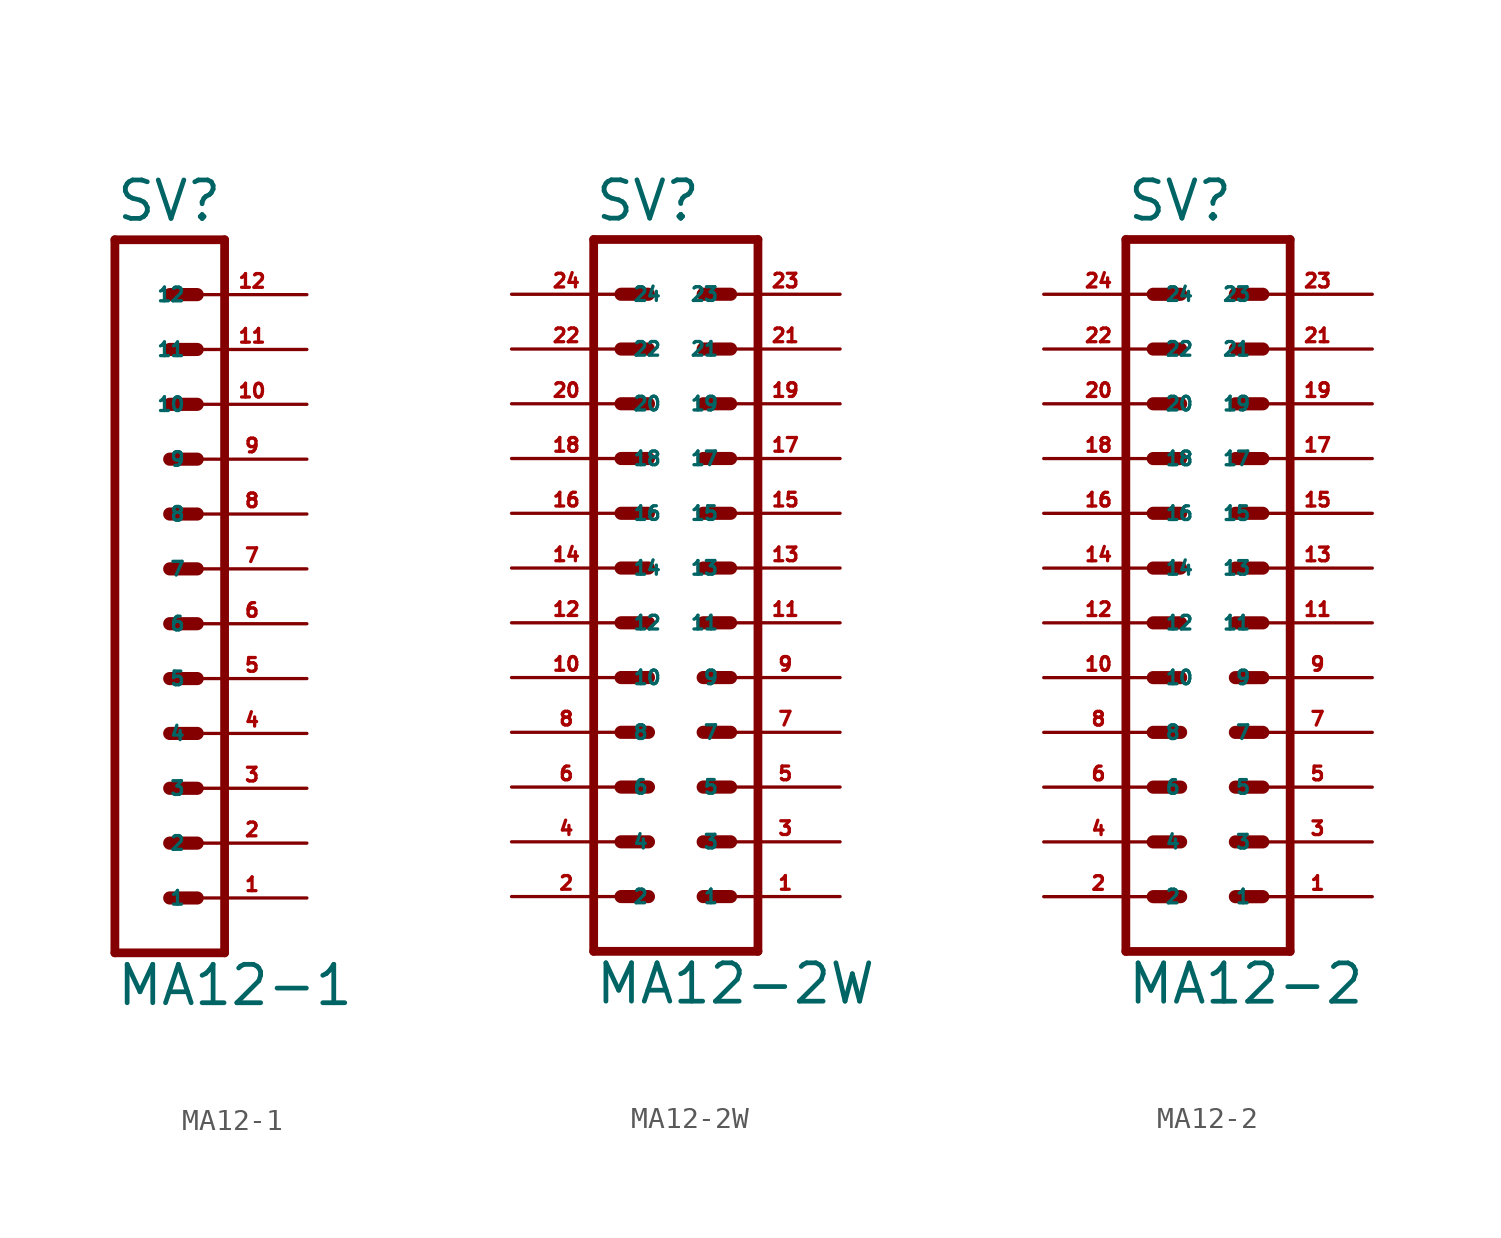
<source format=kicad_sym>
(kicad_symbol_lib
  (version 20220914)
  (generator Eagle2Kicad)
  (symbol "MA12-1"
    (property "Reference" "SV"
      (at -1.27 18.542 0)
      (effects (font (size 1.778 1.778) (thickness 0.22)) (justify left bottom)))
    (property "Value" "MA12-1"
      (at -1.27 -17.78 0)
      (effects (font (size 1.778 1.778) (thickness 0.22)) (justify left bottom)))
    (polyline
      (pts (xy 3.81 -15.24) (xy -1.27 -15.24))
      (stroke (width 0.406) (type default))
      (fill (type none)))
    (polyline
      (pts (xy 1.27 -7.62) (xy 2.54 -7.62))
      (stroke (width 0.61) (type default))
      (fill (type none)))
    (polyline
      (pts (xy 1.27 -10.16) (xy 2.54 -10.16))
      (stroke (width 0.61) (type default))
      (fill (type none)))
    (polyline
      (pts (xy 1.27 -12.7) (xy 2.54 -12.7))
      (stroke (width 0.61) (type default))
      (fill (type none)))
    (polyline
      (pts (xy 1.27 -2.54) (xy 2.54 -2.54))
      (stroke (width 0.61) (type default))
      (fill (type none)))
    (polyline
      (pts (xy 1.27 -5.08) (xy 2.54 -5.08))
      (stroke (width 0.61) (type default))
      (fill (type none)))
    (polyline
      (pts (xy 1.27 5.08) (xy 2.54 5.08))
      (stroke (width 0.61) (type default))
      (fill (type none)))
    (polyline
      (pts (xy 1.27 2.54) (xy 2.54 2.54))
      (stroke (width 0.61) (type default))
      (fill (type none)))
    (polyline
      (pts (xy 1.27 0) (xy 2.54 0))
      (stroke (width 0.61) (type default))
      (fill (type none)))
    (polyline
      (pts (xy 1.27 10.16) (xy 2.54 10.16))
      (stroke (width 0.61) (type default))
      (fill (type none)))
    (polyline
      (pts (xy 1.27 7.62) (xy 2.54 7.62))
      (stroke (width 0.61) (type default))
      (fill (type none)))
    (polyline
      (pts (xy 1.27 15.24) (xy 2.54 15.24))
      (stroke (width 0.61) (type default))
      (fill (type none)))
    (polyline
      (pts (xy 1.27 12.7) (xy 2.54 12.7))
      (stroke (width 0.61) (type default))
      (fill (type none)))
    (polyline
      (pts (xy -1.27 17.78) (xy -1.27 -15.24))
      (stroke (width 0.406) (type default))
      (fill (type none)))
    (polyline
      (pts (xy 3.81 -15.24) (xy 3.81 17.78))
      (stroke (width 0.406) (type default))
      (fill (type none)))
    (polyline
      (pts (xy -1.27 17.78) (xy 3.81 17.78))
      (stroke (width 0.406) (type default))
      (fill (type none)))
    (pin passive line
      (at 7.62 -12.7 180)
      (length 5.08)
      (name "1" (effects (font (size 0.635 0.635) (thickness 0.08)) (justify left bottom)))
      (number "1" (effects (font (size 0.635 0.635) (thickness 0.08)) (justify left bottom))))
    (pin passive line
      (at 7.62 -10.16 180)
      (length 5.08)
      (name "2" (effects (font (size 0.635 0.635) (thickness 0.08)) (justify left bottom)))
      (number "2" (effects (font (size 0.635 0.635) (thickness 0.08)) (justify left bottom))))
    (pin passive line
      (at 7.62 -7.62 180)
      (length 5.08)
      (name "3" (effects (font (size 0.635 0.635) (thickness 0.08)) (justify left bottom)))
      (number "3" (effects (font (size 0.635 0.635) (thickness 0.08)) (justify left bottom))))
    (pin passive line
      (at 7.62 -5.08 180)
      (length 5.08)
      (name "4" (effects (font (size 0.635 0.635) (thickness 0.08)) (justify left bottom)))
      (number "4" (effects (font (size 0.635 0.635) (thickness 0.08)) (justify left bottom))))
    (pin passive line
      (at 7.62 -2.54 180)
      (length 5.08)
      (name "5" (effects (font (size 0.635 0.635) (thickness 0.08)) (justify left bottom)))
      (number "5" (effects (font (size 0.635 0.635) (thickness 0.08)) (justify left bottom))))
    (pin passive line
      (at 7.62 0 180)
      (length 5.08)
      (name "6" (effects (font (size 0.635 0.635) (thickness 0.08)) (justify left bottom)))
      (number "6" (effects (font (size 0.635 0.635) (thickness 0.08)) (justify left bottom))))
    (pin passive line
      (at 7.62 2.54 180)
      (length 5.08)
      (name "7" (effects (font (size 0.635 0.635) (thickness 0.08)) (justify left bottom)))
      (number "7" (effects (font (size 0.635 0.635) (thickness 0.08)) (justify left bottom))))
    (pin passive line
      (at 7.62 5.08 180)
      (length 5.08)
      (name "8" (effects (font (size 0.635 0.635) (thickness 0.08)) (justify left bottom)))
      (number "8" (effects (font (size 0.635 0.635) (thickness 0.08)) (justify left bottom))))
    (pin passive line
      (at 7.62 7.62 180)
      (length 5.08)
      (name "9" (effects (font (size 0.635 0.635) (thickness 0.08)) (justify left bottom)))
      (number "9" (effects (font (size 0.635 0.635) (thickness 0.08)) (justify left bottom))))
    (pin passive line
      (at 7.62 10.16 180)
      (length 5.08)
      (name "10" (effects (font (size 0.635 0.635) (thickness 0.08)) (justify left bottom)))
      (number "10" (effects (font (size 0.635 0.635) (thickness 0.08)) (justify left bottom))))
    (pin passive line
      (at 7.62 12.7 180)
      (length 5.08)
      (name "11" (effects (font (size 0.635 0.635) (thickness 0.08)) (justify left bottom)))
      (number "11" (effects (font (size 0.635 0.635) (thickness 0.08)) (justify left bottom))))
    (pin passive line
      (at 7.62 15.24 180)
      (length 5.08)
      (name "12" (effects (font (size 0.635 0.635) (thickness 0.08)) (justify left bottom)))
      (number "12" (effects (font (size 0.635 0.635) (thickness 0.08)) (justify left bottom)))))
  (symbol "MA12-2W"
    (property "Reference" "SV"
      (at -3.81 18.542 0)
      (effects (font (size 1.778 1.778) (thickness 0.22)) (justify left bottom)))
    (property "Value" "MA12-2W"
      (at -3.81 -17.78 0)
      (effects (font (size 1.778 1.778) (thickness 0.22)) (justify left bottom)))
    (polyline
      (pts (xy 3.81 -15.24) (xy -3.81 -15.24))
      (stroke (width 0.406) (type default))
      (fill (type none)))
    (polyline
      (pts (xy 1.27 -7.62) (xy 2.54 -7.62))
      (stroke (width 0.61) (type default))
      (fill (type none)))
    (polyline
      (pts (xy 1.27 -10.16) (xy 2.54 -10.16))
      (stroke (width 0.61) (type default))
      (fill (type none)))
    (polyline
      (pts (xy 1.27 -12.7) (xy 2.54 -12.7))
      (stroke (width 0.61) (type default))
      (fill (type none)))
    (polyline
      (pts (xy -2.54 -7.62) (xy -1.27 -7.62))
      (stroke (width 0.61) (type default))
      (fill (type none)))
    (polyline
      (pts (xy -2.54 -10.16) (xy -1.27 -10.16))
      (stroke (width 0.61) (type default))
      (fill (type none)))
    (polyline
      (pts (xy -2.54 -12.7) (xy -1.27 -12.7))
      (stroke (width 0.61) (type default))
      (fill (type none)))
    (polyline
      (pts (xy 1.27 -2.54) (xy 2.54 -2.54))
      (stroke (width 0.61) (type default))
      (fill (type none)))
    (polyline
      (pts (xy 1.27 -5.08) (xy 2.54 -5.08))
      (stroke (width 0.61) (type default))
      (fill (type none)))
    (polyline
      (pts (xy -2.54 -2.54) (xy -1.27 -2.54))
      (stroke (width 0.61) (type default))
      (fill (type none)))
    (polyline
      (pts (xy -2.54 -5.08) (xy -1.27 -5.08))
      (stroke (width 0.61) (type default))
      (fill (type none)))
    (polyline
      (pts (xy 1.27 5.08) (xy 2.54 5.08))
      (stroke (width 0.61) (type default))
      (fill (type none)))
    (polyline
      (pts (xy 1.27 2.54) (xy 2.54 2.54))
      (stroke (width 0.61) (type default))
      (fill (type none)))
    (polyline
      (pts (xy 1.27 0) (xy 2.54 0))
      (stroke (width 0.61) (type default))
      (fill (type none)))
    (polyline
      (pts (xy -2.54 5.08) (xy -1.27 5.08))
      (stroke (width 0.61) (type default))
      (fill (type none)))
    (polyline
      (pts (xy -2.54 2.54) (xy -1.27 2.54))
      (stroke (width 0.61) (type default))
      (fill (type none)))
    (polyline
      (pts (xy -2.54 0) (xy -1.27 0))
      (stroke (width 0.61) (type default))
      (fill (type none)))
    (polyline
      (pts (xy 1.27 10.16) (xy 2.54 10.16))
      (stroke (width 0.61) (type default))
      (fill (type none)))
    (polyline
      (pts (xy 1.27 7.62) (xy 2.54 7.62))
      (stroke (width 0.61) (type default))
      (fill (type none)))
    (polyline
      (pts (xy -2.54 10.16) (xy -1.27 10.16))
      (stroke (width 0.61) (type default))
      (fill (type none)))
    (polyline
      (pts (xy -2.54 7.62) (xy -1.27 7.62))
      (stroke (width 0.61) (type default))
      (fill (type none)))
    (polyline
      (pts (xy 1.27 15.24) (xy 2.54 15.24))
      (stroke (width 0.61) (type default))
      (fill (type none)))
    (polyline
      (pts (xy 1.27 12.7) (xy 2.54 12.7))
      (stroke (width 0.61) (type default))
      (fill (type none)))
    (polyline
      (pts (xy -2.54 15.24) (xy -1.27 15.24))
      (stroke (width 0.61) (type default))
      (fill (type none)))
    (polyline
      (pts (xy -2.54 12.7) (xy -1.27 12.7))
      (stroke (width 0.61) (type default))
      (fill (type none)))
    (polyline
      (pts (xy -3.81 17.78) (xy -3.81 -15.24))
      (stroke (width 0.406) (type default))
      (fill (type none)))
    (polyline
      (pts (xy 3.81 -15.24) (xy 3.81 17.78))
      (stroke (width 0.406) (type default))
      (fill (type none)))
    (polyline
      (pts (xy -3.81 17.78) (xy 3.81 17.78))
      (stroke (width 0.406) (type default))
      (fill (type none)))
    (pin passive line
      (at 7.62 -12.7 180)
      (length 5.08)
      (name "1" (effects (font (size 0.635 0.635) (thickness 0.08)) (justify left bottom)))
      (number "1" (effects (font (size 0.635 0.635) (thickness 0.08)) (justify left bottom))))
    (pin passive line
      (at 7.62 -10.16 180)
      (length 5.08)
      (name "3" (effects (font (size 0.635 0.635) (thickness 0.08)) (justify left bottom)))
      (number "3" (effects (font (size 0.635 0.635) (thickness 0.08)) (justify left bottom))))
    (pin passive line
      (at 7.62 -7.62 180)
      (length 5.08)
      (name "5" (effects (font (size 0.635 0.635) (thickness 0.08)) (justify left bottom)))
      (number "5" (effects (font (size 0.635 0.635) (thickness 0.08)) (justify left bottom))))
    (pin passive line
      (at -7.62 -12.7 0)
      (length 5.08)
      (name "2" (effects (font (size 0.635 0.635) (thickness 0.08)) (justify left bottom)))
      (number "2" (effects (font (size 0.635 0.635) (thickness 0.08)) (justify left bottom))))
    (pin passive line
      (at -7.62 -10.16 0)
      (length 5.08)
      (name "4" (effects (font (size 0.635 0.635) (thickness 0.08)) (justify left bottom)))
      (number "4" (effects (font (size 0.635 0.635) (thickness 0.08)) (justify left bottom))))
    (pin passive line
      (at -7.62 -7.62 0)
      (length 5.08)
      (name "6" (effects (font (size 0.635 0.635) (thickness 0.08)) (justify left bottom)))
      (number "6" (effects (font (size 0.635 0.635) (thickness 0.08)) (justify left bottom))))
    (pin passive line
      (at 7.62 -5.08 180)
      (length 5.08)
      (name "7" (effects (font (size 0.635 0.635) (thickness 0.08)) (justify left bottom)))
      (number "7" (effects (font (size 0.635 0.635) (thickness 0.08)) (justify left bottom))))
    (pin passive line
      (at 7.62 -2.54 180)
      (length 5.08)
      (name "9" (effects (font (size 0.635 0.635) (thickness 0.08)) (justify left bottom)))
      (number "9" (effects (font (size 0.635 0.635) (thickness 0.08)) (justify left bottom))))
    (pin passive line
      (at -7.62 -5.08 0)
      (length 5.08)
      (name "8" (effects (font (size 0.635 0.635) (thickness 0.08)) (justify left bottom)))
      (number "8" (effects (font (size 0.635 0.635) (thickness 0.08)) (justify left bottom))))
    (pin passive line
      (at -7.62 -2.54 0)
      (length 5.08)
      (name "10" (effects (font (size 0.635 0.635) (thickness 0.08)) (justify left bottom)))
      (number "10" (effects (font (size 0.635 0.635) (thickness 0.08)) (justify left bottom))))
    (pin passive line
      (at 7.62 0 180)
      (length 5.08)
      (name "11" (effects (font (size 0.635 0.635) (thickness 0.08)) (justify left bottom)))
      (number "11" (effects (font (size 0.635 0.635) (thickness 0.08)) (justify left bottom))))
    (pin passive line
      (at 7.62 2.54 180)
      (length 5.08)
      (name "13" (effects (font (size 0.635 0.635) (thickness 0.08)) (justify left bottom)))
      (number "13" (effects (font (size 0.635 0.635) (thickness 0.08)) (justify left bottom))))
    (pin passive line
      (at 7.62 5.08 180)
      (length 5.08)
      (name "15" (effects (font (size 0.635 0.635) (thickness 0.08)) (justify left bottom)))
      (number "15" (effects (font (size 0.635 0.635) (thickness 0.08)) (justify left bottom))))
    (pin passive line
      (at -7.62 0 0)
      (length 5.08)
      (name "12" (effects (font (size 0.635 0.635) (thickness 0.08)) (justify left bottom)))
      (number "12" (effects (font (size 0.635 0.635) (thickness 0.08)) (justify left bottom))))
    (pin passive line
      (at -7.62 2.54 0)
      (length 5.08)
      (name "14" (effects (font (size 0.635 0.635) (thickness 0.08)) (justify left bottom)))
      (number "14" (effects (font (size 0.635 0.635) (thickness 0.08)) (justify left bottom))))
    (pin passive line
      (at -7.62 5.08 0)
      (length 5.08)
      (name "16" (effects (font (size 0.635 0.635) (thickness 0.08)) (justify left bottom)))
      (number "16" (effects (font (size 0.635 0.635) (thickness 0.08)) (justify left bottom))))
    (pin passive line
      (at 7.62 7.62 180)
      (length 5.08)
      (name "17" (effects (font (size 0.635 0.635) (thickness 0.08)) (justify left bottom)))
      (number "17" (effects (font (size 0.635 0.635) (thickness 0.08)) (justify left bottom))))
    (pin passive line
      (at 7.62 10.16 180)
      (length 5.08)
      (name "19" (effects (font (size 0.635 0.635) (thickness 0.08)) (justify left bottom)))
      (number "19" (effects (font (size 0.635 0.635) (thickness 0.08)) (justify left bottom))))
    (pin passive line
      (at -7.62 7.62 0)
      (length 5.08)
      (name "18" (effects (font (size 0.635 0.635) (thickness 0.08)) (justify left bottom)))
      (number "18" (effects (font (size 0.635 0.635) (thickness 0.08)) (justify left bottom))))
    (pin passive line
      (at -7.62 10.16 0)
      (length 5.08)
      (name "20" (effects (font (size 0.635 0.635) (thickness 0.08)) (justify left bottom)))
      (number "20" (effects (font (size 0.635 0.635) (thickness 0.08)) (justify left bottom))))
    (pin passive line
      (at 7.62 12.7 180)
      (length 5.08)
      (name "21" (effects (font (size 0.635 0.635) (thickness 0.08)) (justify left bottom)))
      (number "21" (effects (font (size 0.635 0.635) (thickness 0.08)) (justify left bottom))))
    (pin passive line
      (at 7.62 15.24 180)
      (length 5.08)
      (name "23" (effects (font (size 0.635 0.635) (thickness 0.08)) (justify left bottom)))
      (number "23" (effects (font (size 0.635 0.635) (thickness 0.08)) (justify left bottom))))
    (pin passive line
      (at -7.62 12.7 0)
      (length 5.08)
      (name "22" (effects (font (size 0.635 0.635) (thickness 0.08)) (justify left bottom)))
      (number "22" (effects (font (size 0.635 0.635) (thickness 0.08)) (justify left bottom))))
    (pin passive line
      (at -7.62 15.24 0)
      (length 5.08)
      (name "24" (effects (font (size 0.635 0.635) (thickness 0.08)) (justify left bottom)))
      (number "24" (effects (font (size 0.635 0.635) (thickness 0.08)) (justify left bottom)))))
  (symbol "MA12-2"
    (property "Reference" "SV"
      (at -3.81 18.542 0)
      (effects (font (size 1.778 1.778) (thickness 0.22)) (justify left bottom)))
    (property "Value" "MA12-2"
      (at -3.81 -17.78 0)
      (effects (font (size 1.778 1.778) (thickness 0.22)) (justify left bottom)))
    (polyline
      (pts (xy 3.81 -15.24) (xy -3.81 -15.24))
      (stroke (width 0.406) (type default))
      (fill (type none)))
    (polyline
      (pts (xy 1.27 -7.62) (xy 2.54 -7.62))
      (stroke (width 0.61) (type default))
      (fill (type none)))
    (polyline
      (pts (xy 1.27 -10.16) (xy 2.54 -10.16))
      (stroke (width 0.61) (type default))
      (fill (type none)))
    (polyline
      (pts (xy 1.27 -12.7) (xy 2.54 -12.7))
      (stroke (width 0.61) (type default))
      (fill (type none)))
    (polyline
      (pts (xy -2.54 -7.62) (xy -1.27 -7.62))
      (stroke (width 0.61) (type default))
      (fill (type none)))
    (polyline
      (pts (xy -2.54 -10.16) (xy -1.27 -10.16))
      (stroke (width 0.61) (type default))
      (fill (type none)))
    (polyline
      (pts (xy -2.54 -12.7) (xy -1.27 -12.7))
      (stroke (width 0.61) (type default))
      (fill (type none)))
    (polyline
      (pts (xy 1.27 -2.54) (xy 2.54 -2.54))
      (stroke (width 0.61) (type default))
      (fill (type none)))
    (polyline
      (pts (xy 1.27 -5.08) (xy 2.54 -5.08))
      (stroke (width 0.61) (type default))
      (fill (type none)))
    (polyline
      (pts (xy -2.54 -2.54) (xy -1.27 -2.54))
      (stroke (width 0.61) (type default))
      (fill (type none)))
    (polyline
      (pts (xy -2.54 -5.08) (xy -1.27 -5.08))
      (stroke (width 0.61) (type default))
      (fill (type none)))
    (polyline
      (pts (xy 1.27 5.08) (xy 2.54 5.08))
      (stroke (width 0.61) (type default))
      (fill (type none)))
    (polyline
      (pts (xy 1.27 2.54) (xy 2.54 2.54))
      (stroke (width 0.61) (type default))
      (fill (type none)))
    (polyline
      (pts (xy 1.27 0) (xy 2.54 0))
      (stroke (width 0.61) (type default))
      (fill (type none)))
    (polyline
      (pts (xy -2.54 5.08) (xy -1.27 5.08))
      (stroke (width 0.61) (type default))
      (fill (type none)))
    (polyline
      (pts (xy -2.54 2.54) (xy -1.27 2.54))
      (stroke (width 0.61) (type default))
      (fill (type none)))
    (polyline
      (pts (xy -2.54 0) (xy -1.27 0))
      (stroke (width 0.61) (type default))
      (fill (type none)))
    (polyline
      (pts (xy 1.27 10.16) (xy 2.54 10.16))
      (stroke (width 0.61) (type default))
      (fill (type none)))
    (polyline
      (pts (xy 1.27 7.62) (xy 2.54 7.62))
      (stroke (width 0.61) (type default))
      (fill (type none)))
    (polyline
      (pts (xy -2.54 10.16) (xy -1.27 10.16))
      (stroke (width 0.61) (type default))
      (fill (type none)))
    (polyline
      (pts (xy -2.54 7.62) (xy -1.27 7.62))
      (stroke (width 0.61) (type default))
      (fill (type none)))
    (polyline
      (pts (xy 1.27 15.24) (xy 2.54 15.24))
      (stroke (width 0.61) (type default))
      (fill (type none)))
    (polyline
      (pts (xy 1.27 12.7) (xy 2.54 12.7))
      (stroke (width 0.61) (type default))
      (fill (type none)))
    (polyline
      (pts (xy -2.54 15.24) (xy -1.27 15.24))
      (stroke (width 0.61) (type default))
      (fill (type none)))
    (polyline
      (pts (xy -2.54 12.7) (xy -1.27 12.7))
      (stroke (width 0.61) (type default))
      (fill (type none)))
    (polyline
      (pts (xy -3.81 17.78) (xy -3.81 -15.24))
      (stroke (width 0.406) (type default))
      (fill (type none)))
    (polyline
      (pts (xy 3.81 -15.24) (xy 3.81 17.78))
      (stroke (width 0.406) (type default))
      (fill (type none)))
    (polyline
      (pts (xy -3.81 17.78) (xy 3.81 17.78))
      (stroke (width 0.406) (type default))
      (fill (type none)))
    (pin passive line
      (at 7.62 -12.7 180)
      (length 5.08)
      (name "1" (effects (font (size 0.635 0.635) (thickness 0.08)) (justify left bottom)))
      (number "1" (effects (font (size 0.635 0.635) (thickness 0.08)) (justify left bottom))))
    (pin passive line
      (at 7.62 -10.16 180)
      (length 5.08)
      (name "3" (effects (font (size 0.635 0.635) (thickness 0.08)) (justify left bottom)))
      (number "3" (effects (font (size 0.635 0.635) (thickness 0.08)) (justify left bottom))))
    (pin passive line
      (at 7.62 -7.62 180)
      (length 5.08)
      (name "5" (effects (font (size 0.635 0.635) (thickness 0.08)) (justify left bottom)))
      (number "5" (effects (font (size 0.635 0.635) (thickness 0.08)) (justify left bottom))))
    (pin passive line
      (at -7.62 -12.7 0)
      (length 5.08)
      (name "2" (effects (font (size 0.635 0.635) (thickness 0.08)) (justify left bottom)))
      (number "2" (effects (font (size 0.635 0.635) (thickness 0.08)) (justify left bottom))))
    (pin passive line
      (at -7.62 -10.16 0)
      (length 5.08)
      (name "4" (effects (font (size 0.635 0.635) (thickness 0.08)) (justify left bottom)))
      (number "4" (effects (font (size 0.635 0.635) (thickness 0.08)) (justify left bottom))))
    (pin passive line
      (at -7.62 -7.62 0)
      (length 5.08)
      (name "6" (effects (font (size 0.635 0.635) (thickness 0.08)) (justify left bottom)))
      (number "6" (effects (font (size 0.635 0.635) (thickness 0.08)) (justify left bottom))))
    (pin passive line
      (at 7.62 -5.08 180)
      (length 5.08)
      (name "7" (effects (font (size 0.635 0.635) (thickness 0.08)) (justify left bottom)))
      (number "7" (effects (font (size 0.635 0.635) (thickness 0.08)) (justify left bottom))))
    (pin passive line
      (at 7.62 -2.54 180)
      (length 5.08)
      (name "9" (effects (font (size 0.635 0.635) (thickness 0.08)) (justify left bottom)))
      (number "9" (effects (font (size 0.635 0.635) (thickness 0.08)) (justify left bottom))))
    (pin passive line
      (at -7.62 -5.08 0)
      (length 5.08)
      (name "8" (effects (font (size 0.635 0.635) (thickness 0.08)) (justify left bottom)))
      (number "8" (effects (font (size 0.635 0.635) (thickness 0.08)) (justify left bottom))))
    (pin passive line
      (at -7.62 -2.54 0)
      (length 5.08)
      (name "10" (effects (font (size 0.635 0.635) (thickness 0.08)) (justify left bottom)))
      (number "10" (effects (font (size 0.635 0.635) (thickness 0.08)) (justify left bottom))))
    (pin passive line
      (at 7.62 0 180)
      (length 5.08)
      (name "11" (effects (font (size 0.635 0.635) (thickness 0.08)) (justify left bottom)))
      (number "11" (effects (font (size 0.635 0.635) (thickness 0.08)) (justify left bottom))))
    (pin passive line
      (at 7.62 2.54 180)
      (length 5.08)
      (name "13" (effects (font (size 0.635 0.635) (thickness 0.08)) (justify left bottom)))
      (number "13" (effects (font (size 0.635 0.635) (thickness 0.08)) (justify left bottom))))
    (pin passive line
      (at 7.62 5.08 180)
      (length 5.08)
      (name "15" (effects (font (size 0.635 0.635) (thickness 0.08)) (justify left bottom)))
      (number "15" (effects (font (size 0.635 0.635) (thickness 0.08)) (justify left bottom))))
    (pin passive line
      (at -7.62 0 0)
      (length 5.08)
      (name "12" (effects (font (size 0.635 0.635) (thickness 0.08)) (justify left bottom)))
      (number "12" (effects (font (size 0.635 0.635) (thickness 0.08)) (justify left bottom))))
    (pin passive line
      (at -7.62 2.54 0)
      (length 5.08)
      (name "14" (effects (font (size 0.635 0.635) (thickness 0.08)) (justify left bottom)))
      (number "14" (effects (font (size 0.635 0.635) (thickness 0.08)) (justify left bottom))))
    (pin passive line
      (at -7.62 5.08 0)
      (length 5.08)
      (name "16" (effects (font (size 0.635 0.635) (thickness 0.08)) (justify left bottom)))
      (number "16" (effects (font (size 0.635 0.635) (thickness 0.08)) (justify left bottom))))
    (pin passive line
      (at 7.62 7.62 180)
      (length 5.08)
      (name "17" (effects (font (size 0.635 0.635) (thickness 0.08)) (justify left bottom)))
      (number "17" (effects (font (size 0.635 0.635) (thickness 0.08)) (justify left bottom))))
    (pin passive line
      (at 7.62 10.16 180)
      (length 5.08)
      (name "19" (effects (font (size 0.635 0.635) (thickness 0.08)) (justify left bottom)))
      (number "19" (effects (font (size 0.635 0.635) (thickness 0.08)) (justify left bottom))))
    (pin passive line
      (at -7.62 7.62 0)
      (length 5.08)
      (name "18" (effects (font (size 0.635 0.635) (thickness 0.08)) (justify left bottom)))
      (number "18" (effects (font (size 0.635 0.635) (thickness 0.08)) (justify left bottom))))
    (pin passive line
      (at -7.62 10.16 0)
      (length 5.08)
      (name "20" (effects (font (size 0.635 0.635) (thickness 0.08)) (justify left bottom)))
      (number "20" (effects (font (size 0.635 0.635) (thickness 0.08)) (justify left bottom))))
    (pin passive line
      (at 7.62 12.7 180)
      (length 5.08)
      (name "21" (effects (font (size 0.635 0.635) (thickness 0.08)) (justify left bottom)))
      (number "21" (effects (font (size 0.635 0.635) (thickness 0.08)) (justify left bottom))))
    (pin passive line
      (at 7.62 15.24 180)
      (length 5.08)
      (name "23" (effects (font (size 0.635 0.635) (thickness 0.08)) (justify left bottom)))
      (number "23" (effects (font (size 0.635 0.635) (thickness 0.08)) (justify left bottom))))
    (pin passive line
      (at -7.62 12.7 0)
      (length 5.08)
      (name "22" (effects (font (size 0.635 0.635) (thickness 0.08)) (justify left bottom)))
      (number "22" (effects (font (size 0.635 0.635) (thickness 0.08)) (justify left bottom))))
    (pin passive line
      (at -7.62 15.24 0)
      (length 5.08)
      (name "24" (effects (font (size 0.635 0.635) (thickness 0.08)) (justify left bottom)))
      (number "24" (effects (font (size 0.635 0.635) (thickness 0.08)) (justify left bottom))))))
</source>
